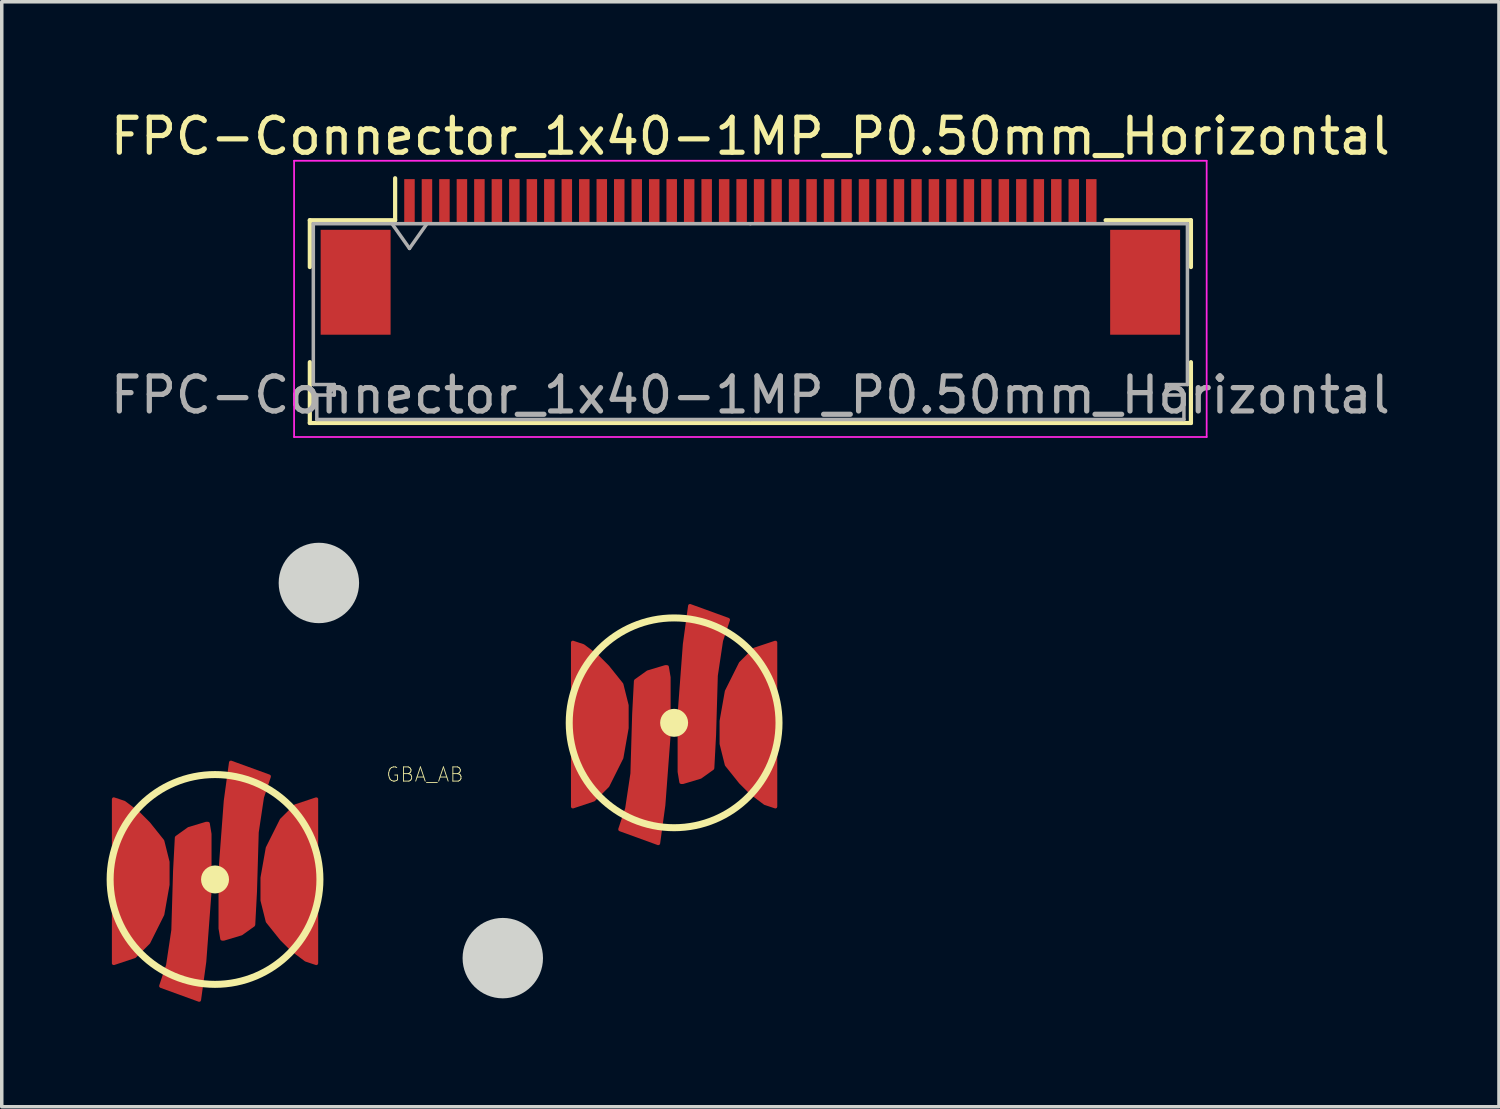
<source format=kicad_pcb>
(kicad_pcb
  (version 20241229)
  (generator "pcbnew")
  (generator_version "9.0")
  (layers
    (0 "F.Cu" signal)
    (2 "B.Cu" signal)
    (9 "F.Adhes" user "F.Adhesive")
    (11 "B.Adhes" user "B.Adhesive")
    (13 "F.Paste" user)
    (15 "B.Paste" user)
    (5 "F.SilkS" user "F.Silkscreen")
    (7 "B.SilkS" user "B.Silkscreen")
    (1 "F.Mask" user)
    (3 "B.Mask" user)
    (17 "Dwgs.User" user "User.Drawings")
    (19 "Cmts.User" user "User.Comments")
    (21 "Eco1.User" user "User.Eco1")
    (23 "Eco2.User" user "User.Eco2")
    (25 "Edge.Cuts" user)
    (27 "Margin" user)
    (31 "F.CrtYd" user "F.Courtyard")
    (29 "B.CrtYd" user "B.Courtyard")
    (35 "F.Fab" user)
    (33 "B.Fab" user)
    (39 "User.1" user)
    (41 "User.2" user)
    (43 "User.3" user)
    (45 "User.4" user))
  (footprint "GBA_AB"
    (layer "F.Cu")
    (at 3.1 22.103)
    (property "Reference" "GBA_AB" (at 6 -3 0) (layer "F.SilkS") (effects (font (size 0.406 0.406) (thickness 0.025))))
    (attr smd)
    (fp_circle (center 0 0) (end 0.000001 0) (stroke (width 0.4) (type default)) (fill no) (layer "F.SilkS"))
    (fp_circle (center 0 0) (end 3 0) (stroke (width 0.2) (type default)) (fill no) (layer "F.SilkS"))
    (fp_circle (center 13.13 -4.48) (end 13.13 -4.48) (stroke (width 0.4) (type default)) (fill no) (layer "F.SilkS"))
    (fp_circle (center 13.13 -4.48) (end 16.13 -4.48) (stroke (width 0.2) (type default)) (fill no) (layer "F.SilkS"))
    (fp_circle (center 2.97 -8.48) (end 4.02 -8.48) (stroke (width 0.2) (type solid)) (fill yes) (layer "Edge.Cuts"))
    (fp_circle (center 8.23 2.25) (end 9.28 2.25) (stroke (width 0.2) (type solid)) (fill yes) (layer "Edge.Cuts"))
    (pad "1" smd custom (at -2.2 -0.1) (size 0.6 0.6) (layers "F.Cu" "F.Mask" "F.Paste") (options (anchor circle)) (primitives (gr_poly (pts (xy -0.3 -0.15) (xy -0.289 -0.207) (xy -0.256 -0.256) (xy -0.207 -0.289) (xy -0.15 -0.3) (xy 0.15 -0.3) (xy 0.207 -0.289) (xy 0.256 -0.256) (xy 0.289 -0.207) (xy 0.3 -0.15) (xy 0.3 0.15) (xy 0.289 0.207) (xy 0.256 0.256) (xy 0.207 0.289) (xy 0.15 0.3) (xy -0.15 0.3) (xy -0.207 0.289) (xy -0.256 0.256) (xy -0.289 0.207) (xy -0.3 0.15)) (width 0) (fill yes)) (gr_poly (pts (xy -0.7 -2.2) (xy -0.7 2.5) (xy -0.1 2.3) (xy 0.3 1.9) (xy 0.7 1.1) (xy 0.85 0.25) (xy 0.85 -0.4) (xy 0.7 -1) (xy 0.3 -1.5) (xy 0 -1.8) (xy -0.4 -2.1)) (width 0.1) (fill yes))))
    (pad "1" smd custom (at 0.65 -0.4) (size 0.6 0.6) (layers "F.Cu" "F.Mask" "F.Paste") (options (anchor circle)) (primitives (gr_poly (pts (xy -0.3 -0.15) (xy -0.289 -0.207) (xy -0.256 -0.256) (xy -0.207 -0.289) (xy -0.15 -0.3) (xy 0.15 -0.3) (xy 0.207 -0.289) (xy 0.256 -0.256) (xy 0.289 -0.207) (xy 0.3 -0.15) (xy 0.3 0.15) (xy 0.289 0.207) (xy 0.256 0.256) (xy 0.207 0.289) (xy 0.15 0.3) (xy -0.15 0.3) (xy -0.207 0.289) (xy -0.256 0.256) (xy -0.289 0.207) (xy -0.3 0.15)) (width 0) (fill yes)) (gr_poly (pts (xy -0.4 2.1) (xy 0.1 1.95) (xy 0.45 1.7) (xy 0.5 0.75) (xy 0.55 -0.95) (xy 0.7 -1.95) (xy 0.9 -2.55) (xy -0.2 -2.95) (xy -0.35 -1.85) (xy -0.5 0.15) (xy -0.5 1.8) (xy -0.45 2.1)) (width 0.1) (fill yes))))
    (pad "2" smd custom (at 10.93 -4.58) (size 0.6 0.6) (layers "F.Cu" "F.Mask" "F.Paste") (options (anchor circle)) (primitives (gr_poly (pts (xy -0.3 -0.15) (xy -0.289 -0.207) (xy -0.256 -0.256) (xy -0.207 -0.289) (xy -0.15 -0.3) (xy 0.15 -0.3) (xy 0.207 -0.289) (xy 0.256 -0.256) (xy 0.289 -0.207) (xy 0.3 -0.15) (xy 0.3 0.15) (xy 0.289 0.207) (xy 0.256 0.256) (xy 0.207 0.289) (xy 0.15 0.3) (xy -0.15 0.3) (xy -0.207 0.289) (xy -0.256 0.256) (xy -0.289 0.207) (xy -0.3 0.15)) (width 0) (fill yes)) (gr_poly (pts (xy -0.7 -2.2) (xy -0.7 2.5) (xy -0.1 2.3) (xy 0.3 1.9) (xy 0.7 1.1) (xy 0.85 0.25) (xy 0.85 -0.4) (xy 0.7 -1) (xy 0.3 -1.5) (xy 0 -1.8) (xy -0.4 -2.1)) (width 0.1) (fill yes))))
    (pad "2" smd custom (at 13.78 -4.88) (size 0.6 0.6) (layers "F.Cu" "F.Mask" "F.Paste") (options (anchor circle)) (primitives (gr_poly (pts (xy -0.3 -0.15) (xy -0.289 -0.207) (xy -0.256 -0.256) (xy -0.207 -0.289) (xy -0.15 -0.3) (xy 0.15 -0.3) (xy 0.207 -0.289) (xy 0.256 -0.256) (xy 0.289 -0.207) (xy 0.3 -0.15) (xy 0.3 0.15) (xy 0.289 0.207) (xy 0.256 0.256) (xy 0.207 0.289) (xy 0.15 0.3) (xy -0.15 0.3) (xy -0.207 0.289) (xy -0.256 0.256) (xy -0.289 0.207) (xy -0.3 0.15)) (width 0) (fill yes)) (gr_poly (pts (xy -0.4 2.1) (xy 0.1 1.95) (xy 0.45 1.7) (xy 0.5 0.75) (xy 0.55 -0.95) (xy 0.7 -1.95) (xy 0.9 -2.55) (xy -0.2 -2.95) (xy -0.35 -1.85) (xy -0.5 0.15) (xy -0.5 1.8) (xy -0.45 2.1)) (width 0.1) (fill yes))))
    (pad "3" smd custom (at -0.7 0) (size 0.6 0.6) (layers "F.Cu" "F.Mask" "F.Paste") (options (anchor circle)) (primitives (gr_poly (pts (xy -0.3 -0.15) (xy -0.289 -0.207) (xy -0.256 -0.256) (xy -0.207 -0.289) (xy -0.15 -0.3) (xy 0.15 -0.3) (xy 0.207 -0.289) (xy 0.256 -0.256) (xy 0.289 -0.207) (xy 0.3 -0.15) (xy 0.3 0.15) (xy 0.289 0.207) (xy 0.256 0.256) (xy 0.207 0.289) (xy 0.15 0.3) (xy -0.15 0.3) (xy -0.207 0.289) (xy -0.256 0.256) (xy -0.289 0.207) (xy -0.3 0.15)) (width 0) (fill yes)) (gr_poly (pts (xy 0.45 -1.6) (xy -0.05 -1.45) (xy -0.4 -1.2) (xy -0.45 -0.25) (xy -0.5 1.45) (xy -0.65 2.45) (xy -0.85 3.05) (xy 0.25 3.45) (xy 0.4 2.35) (xy 0.55 0.35) (xy 0.55 -1.3) (xy 0.5 -1.6)) (width 0.1) (fill yes))))
    (pad "3" smd custom (at 2.15 0) (size 0.6 0.6) (layers "F.Cu" "F.Mask" "F.Paste") (options (anchor circle)) (primitives (gr_poly (pts (xy -0.3 -0.15) (xy -0.289 -0.207) (xy -0.256 -0.256) (xy -0.207 -0.289) (xy -0.15 -0.3) (xy 0.15 -0.3) (xy 0.207 -0.289) (xy 0.256 -0.256) (xy 0.289 -0.207) (xy 0.3 -0.15) (xy 0.3 0.15) (xy 0.289 0.207) (xy 0.256 0.256) (xy 0.207 0.289) (xy 0.15 0.3) (xy -0.15 0.3) (xy -0.207 0.289) (xy -0.256 0.256) (xy -0.289 0.207) (xy -0.3 0.15)) (width 0) (fill yes)) (gr_poly (pts (xy 0.75 2.4) (xy 0.75 -2.3) (xy 0.15 -2.1) (xy -0.25 -1.7) (xy -0.65 -0.9) (xy -0.8 -0.05) (xy -0.8 0.6) (xy -0.65 1.2) (xy -0.25 1.7) (xy 0.05 2) (xy 0.45 2.3)) (width 0.1) (fill yes))))
    (pad "3" smd custom (at 12.43 -4.48) (size 0.6 0.6) (layers "F.Cu" "F.Mask" "F.Paste") (options (anchor circle)) (primitives (gr_poly (pts (xy -0.3 -0.15) (xy -0.289 -0.207) (xy -0.256 -0.256) (xy -0.207 -0.289) (xy -0.15 -0.3) (xy 0.15 -0.3) (xy 0.207 -0.289) (xy 0.256 -0.256) (xy 0.289 -0.207) (xy 0.3 -0.15) (xy 0.3 0.15) (xy 0.289 0.207) (xy 0.256 0.256) (xy 0.207 0.289) (xy 0.15 0.3) (xy -0.15 0.3) (xy -0.207 0.289) (xy -0.256 0.256) (xy -0.289 0.207) (xy -0.3 0.15)) (width 0) (fill yes)) (gr_poly (pts (xy 0.45 -1.6) (xy -0.05 -1.45) (xy -0.4 -1.2) (xy -0.45 -0.25) (xy -0.5 1.45) (xy -0.65 2.45) (xy -0.85 3.05) (xy 0.25 3.45) (xy 0.4 2.35) (xy 0.55 0.35) (xy 0.55 -1.3) (xy 0.5 -1.6)) (width 0.1) (fill yes))))
    (pad "3" smd custom (at 15.28 -4.48) (size 0.6 0.6) (layers "F.Cu" "F.Mask" "F.Paste") (options (anchor circle)) (primitives (gr_poly (pts (xy -0.3 -0.15) (xy -0.289 -0.207) (xy -0.256 -0.256) (xy -0.207 -0.289) (xy -0.15 -0.3) (xy 0.15 -0.3) (xy 0.207 -0.289) (xy 0.256 -0.256) (xy 0.289 -0.207) (xy 0.3 -0.15) (xy 0.3 0.15) (xy 0.289 0.207) (xy 0.256 0.256) (xy 0.207 0.289) (xy 0.15 0.3) (xy -0.15 0.3) (xy -0.207 0.289) (xy -0.256 0.256) (xy -0.289 0.207) (xy -0.3 0.15)) (width 0) (fill yes)) (gr_poly (pts (xy 0.75 2.4) (xy 0.75 -2.3) (xy 0.15 -2.1) (xy -0.25 -1.7) (xy -0.65 -0.9) (xy -0.8 -0.05) (xy -0.8 0.6) (xy -0.65 1.2) (xy -0.25 1.7) (xy 0.05 2) (xy 0.45 2.3)) (width 0.1) (fill yes)))))
  (footprint "FPC-Connector_1x40-1MP_P0.50mm_Horizontal"
    (layer "F.Cu")
    (at 18.411 4.548)
    (property "Reference" "FPC-Connector_1x40-1MP_P0.50mm_Horizontal" (at 0 -3.7 0) (layer "F.SilkS") (effects (font (size 1 1) (thickness 0.15))))
    (attr smd)
    (fp_line (start -12.6 -1.3) (end -12.6 0.04) (stroke (width 0.12) (type solid)) (layer "F.SilkS"))
    (fp_line (start -12.6 2.76) (end -12.6 4.5) (stroke (width 0.12) (type solid)) (layer "F.SilkS"))
    (fp_line (start -12.6 4.5) (end 12.6 4.5) (stroke (width 0.12) (type solid)) (layer "F.SilkS"))
    (fp_line (start -10.16 -1.3) (end -12.6 -1.3) (stroke (width 0.12) (type solid)) (layer "F.SilkS"))
    (fp_line (start -10.16 -1.3) (end -10.16 -2.5) (stroke (width 0.12) (type solid)) (layer "F.SilkS"))
    (fp_line (start 10.16 -1.3) (end 12.6 -1.3) (stroke (width 0.12) (type solid)) (layer "F.SilkS"))
    (fp_line (start 12.6 -1.3) (end 12.6 0.04) (stroke (width 0.12) (type solid)) (layer "F.SilkS"))
    (fp_line (start 12.6 4.5) (end 12.6 2.76) (stroke (width 0.12) (type solid)) (layer "F.SilkS"))
    (fp_line (start -13.05 -3) (end -13.05 4.9) (stroke (width 0.05) (type solid)) (layer "F.CrtYd"))
    (fp_line (start -13.05 4.9) (end 13.05 4.9) (stroke (width 0.05) (type solid)) (layer "F.CrtYd"))
    (fp_line (start 13.05 -3) (end -13.05 -3) (stroke (width 0.05) (type solid)) (layer "F.CrtYd"))
    (fp_line (start 13.05 4.9) (end 13.05 -3) (stroke (width 0.05) (type solid)) (layer "F.CrtYd"))
    (fp_line (start -12.5 -1.2) (end -12.5 3.4) (stroke (width 0.1) (type solid)) (layer "F.Fab"))
    (fp_line (start -12.5 3.4) (end -11.9 3.4) (stroke (width 0.1) (type solid)) (layer "F.Fab"))
    (fp_line (start -12.4 3.7) (end -12.4 4.4) (stroke (width 0.1) (type solid)) (layer "F.Fab"))
    (fp_line (start -12.4 4.4) (end 0 4.4) (stroke (width 0.1) (type solid)) (layer "F.Fab"))
    (fp_line (start -11.9 3.4) (end -11.9 3.7) (stroke (width 0.1) (type solid)) (layer "F.Fab"))
    (fp_line (start -11.9 3.7) (end -12.4 3.7) (stroke (width 0.1) (type solid)) (layer "F.Fab"))
    (fp_line (start -10.25 -1.2) (end -9.75 -0.493) (stroke (width 0.1) (type solid)) (layer "F.Fab"))
    (fp_line (start -9.75 -0.493) (end -9.25 -1.2) (stroke (width 0.1) (type solid)) (layer "F.Fab"))
    (fp_line (start 0 -1.2) (end -12.5 -1.2) (stroke (width 0.1) (type solid)) (layer "F.Fab"))
    (fp_line (start 0 -1.2) (end 12.5 -1.2) (stroke (width 0.1) (type solid)) (layer "F.Fab"))
    (fp_line (start 11.9 3.4) (end 11.9 3.7) (stroke (width 0.1) (type solid)) (layer "F.Fab"))
    (fp_line (start 11.9 3.7) (end 12.4 3.7) (stroke (width 0.1) (type solid)) (layer "F.Fab"))
    (fp_line (start 12.4 3.7) (end 12.4 4.4) (stroke (width 0.1) (type solid)) (layer "F.Fab"))
    (fp_line (start 12.4 4.4) (end 0 4.4) (stroke (width 0.1) (type solid)) (layer "F.Fab"))
    (fp_line (start 12.5 -1.2) (end 12.5 3.4) (stroke (width 0.1) (type solid)) (layer "F.Fab"))
    (fp_line (start 12.5 3.4) (end 11.9 3.4) (stroke (width 0.1) (type solid)) (layer "F.Fab"))
    (fp_text user "${REFERENCE}" (at 0 3.7 0) (layer "F.Fab") (effects (font (size 1 1) (thickness 0.15))))
    (pad "1" smd rect (at -9.75 -1.85) (size 0.3 1.25) (layers "F.Cu" "F.Mask" "F.Paste"))
    (pad "2" smd rect (at -9.25 -1.85) (size 0.3 1.25) (layers "F.Cu" "F.Mask" "F.Paste"))
    (pad "3" smd rect (at -8.75 -1.85) (size 0.3 1.25) (layers "F.Cu" "F.Mask" "F.Paste"))
    (pad "4" smd rect (at -8.25 -1.85) (size 0.3 1.25) (layers "F.Cu" "F.Mask" "F.Paste"))
    (pad "5" smd rect (at -7.75 -1.85) (size 0.3 1.25) (layers "F.Cu" "F.Mask" "F.Paste"))
    (pad "6" smd rect (at -7.25 -1.85) (size 0.3 1.25) (layers "F.Cu" "F.Mask" "F.Paste"))
    (pad "7" smd rect (at -6.75 -1.85) (size 0.3 1.25) (layers "F.Cu" "F.Mask" "F.Paste"))
    (pad "8" smd rect (at -6.25 -1.85) (size 0.3 1.25) (layers "F.Cu" "F.Mask" "F.Paste"))
    (pad "9" smd rect (at -5.75 -1.85) (size 0.3 1.25) (layers "F.Cu" "F.Mask" "F.Paste"))
    (pad "10" smd rect (at -5.25 -1.85) (size 0.3 1.25) (layers "F.Cu" "F.Mask" "F.Paste"))
    (pad "11" smd rect (at -4.75 -1.85) (size 0.3 1.25) (layers "F.Cu" "F.Mask" "F.Paste"))
    (pad "12" smd rect (at -4.25 -1.85) (size 0.3 1.25) (layers "F.Cu" "F.Mask" "F.Paste"))
    (pad "13" smd rect (at -3.75 -1.85) (size 0.3 1.25) (layers "F.Cu" "F.Mask" "F.Paste"))
    (pad "14" smd rect (at -3.25 -1.85) (size 0.3 1.25) (layers "F.Cu" "F.Mask" "F.Paste"))
    (pad "15" smd rect (at -2.75 -1.85) (size 0.3 1.25) (layers "F.Cu" "F.Mask" "F.Paste"))
    (pad "16" smd rect (at -2.25 -1.85) (size 0.3 1.25) (layers "F.Cu" "F.Mask" "F.Paste"))
    (pad "17" smd rect (at -1.75 -1.85) (size 0.3 1.25) (layers "F.Cu" "F.Mask" "F.Paste"))
    (pad "18" smd rect (at -1.25 -1.85) (size 0.3 1.25) (layers "F.Cu" "F.Mask" "F.Paste"))
    (pad "19" smd rect (at -0.75 -1.85) (size 0.3 1.25) (layers "F.Cu" "F.Mask" "F.Paste"))
    (pad "20" smd rect (at -0.25 -1.85) (size 0.3 1.25) (layers "F.Cu" "F.Mask" "F.Paste"))
    (pad "21" smd rect (at 0.25 -1.85) (size 0.3 1.25) (layers "F.Cu" "F.Mask" "F.Paste"))
    (pad "22" smd rect (at 0.75 -1.85) (size 0.3 1.25) (layers "F.Cu" "F.Mask" "F.Paste"))
    (pad "23" smd rect (at 1.25 -1.85) (size 0.3 1.25) (layers "F.Cu" "F.Mask" "F.Paste"))
    (pad "24" smd rect (at 1.75 -1.85) (size 0.3 1.25) (layers "F.Cu" "F.Mask" "F.Paste"))
    (pad "25" smd rect (at 2.25 -1.85) (size 0.3 1.25) (layers "F.Cu" "F.Mask" "F.Paste"))
    (pad "26" smd rect (at 2.75 -1.85) (size 0.3 1.25) (layers "F.Cu" "F.Mask" "F.Paste"))
    (pad "27" smd rect (at 3.25 -1.85) (size 0.3 1.25) (layers "F.Cu" "F.Mask" "F.Paste"))
    (pad "28" smd rect (at 3.75 -1.85) (size 0.3 1.25) (layers "F.Cu" "F.Mask" "F.Paste"))
    (pad "29" smd rect (at 4.25 -1.85) (size 0.3 1.25) (layers "F.Cu" "F.Mask" "F.Paste"))
    (pad "30" smd rect (at 4.75 -1.85) (size 0.3 1.25) (layers "F.Cu" "F.Mask" "F.Paste"))
    (pad "31" smd rect (at 5.25 -1.85) (size 0.3 1.25) (layers "F.Cu" "F.Mask" "F.Paste"))
    (pad "32" smd rect (at 5.75 -1.85) (size 0.3 1.25) (layers "F.Cu" "F.Mask" "F.Paste"))
    (pad "33" smd rect (at 6.25 -1.85) (size 0.3 1.25) (layers "F.Cu" "F.Mask" "F.Paste"))
    (pad "34" smd rect (at 6.75 -1.85) (size 0.3 1.25) (layers "F.Cu" "F.Mask" "F.Paste"))
    (pad "35" smd rect (at 7.25 -1.85) (size 0.3 1.25) (layers "F.Cu" "F.Mask" "F.Paste"))
    (pad "36" smd rect (at 7.75 -1.85) (size 0.3 1.25) (layers "F.Cu" "F.Mask" "F.Paste"))
    (pad "37" smd rect (at 8.25 -1.85) (size 0.3 1.25) (layers "F.Cu" "F.Mask" "F.Paste"))
    (pad "38" smd rect (at 8.75 -1.85) (size 0.3 1.25) (layers "F.Cu" "F.Mask" "F.Paste"))
    (pad "39" smd rect (at 9.25 -1.85) (size 0.3 1.25) (layers "F.Cu" "F.Mask" "F.Paste"))
    (pad "40" smd rect (at 9.75 -1.85) (size 0.3 1.25) (layers "F.Cu" "F.Mask" "F.Paste"))
    (pad "MP" smd rect (at -11.29 0.475) (size 2 3) (layers "F.Cu" "F.Mask" "F.Paste"))
    (pad "MP" smd rect (at 11.29 0.475) (size 2 3) (layers "F.Cu" "F.Mask" "F.Paste")))
  (gr_rect
    (start -3 -3)
    (end 39.821 28.603)
    (stroke (width 0.1) (type default))
    (fill no)
    (layer "Edge.Cuts")))
</source>
